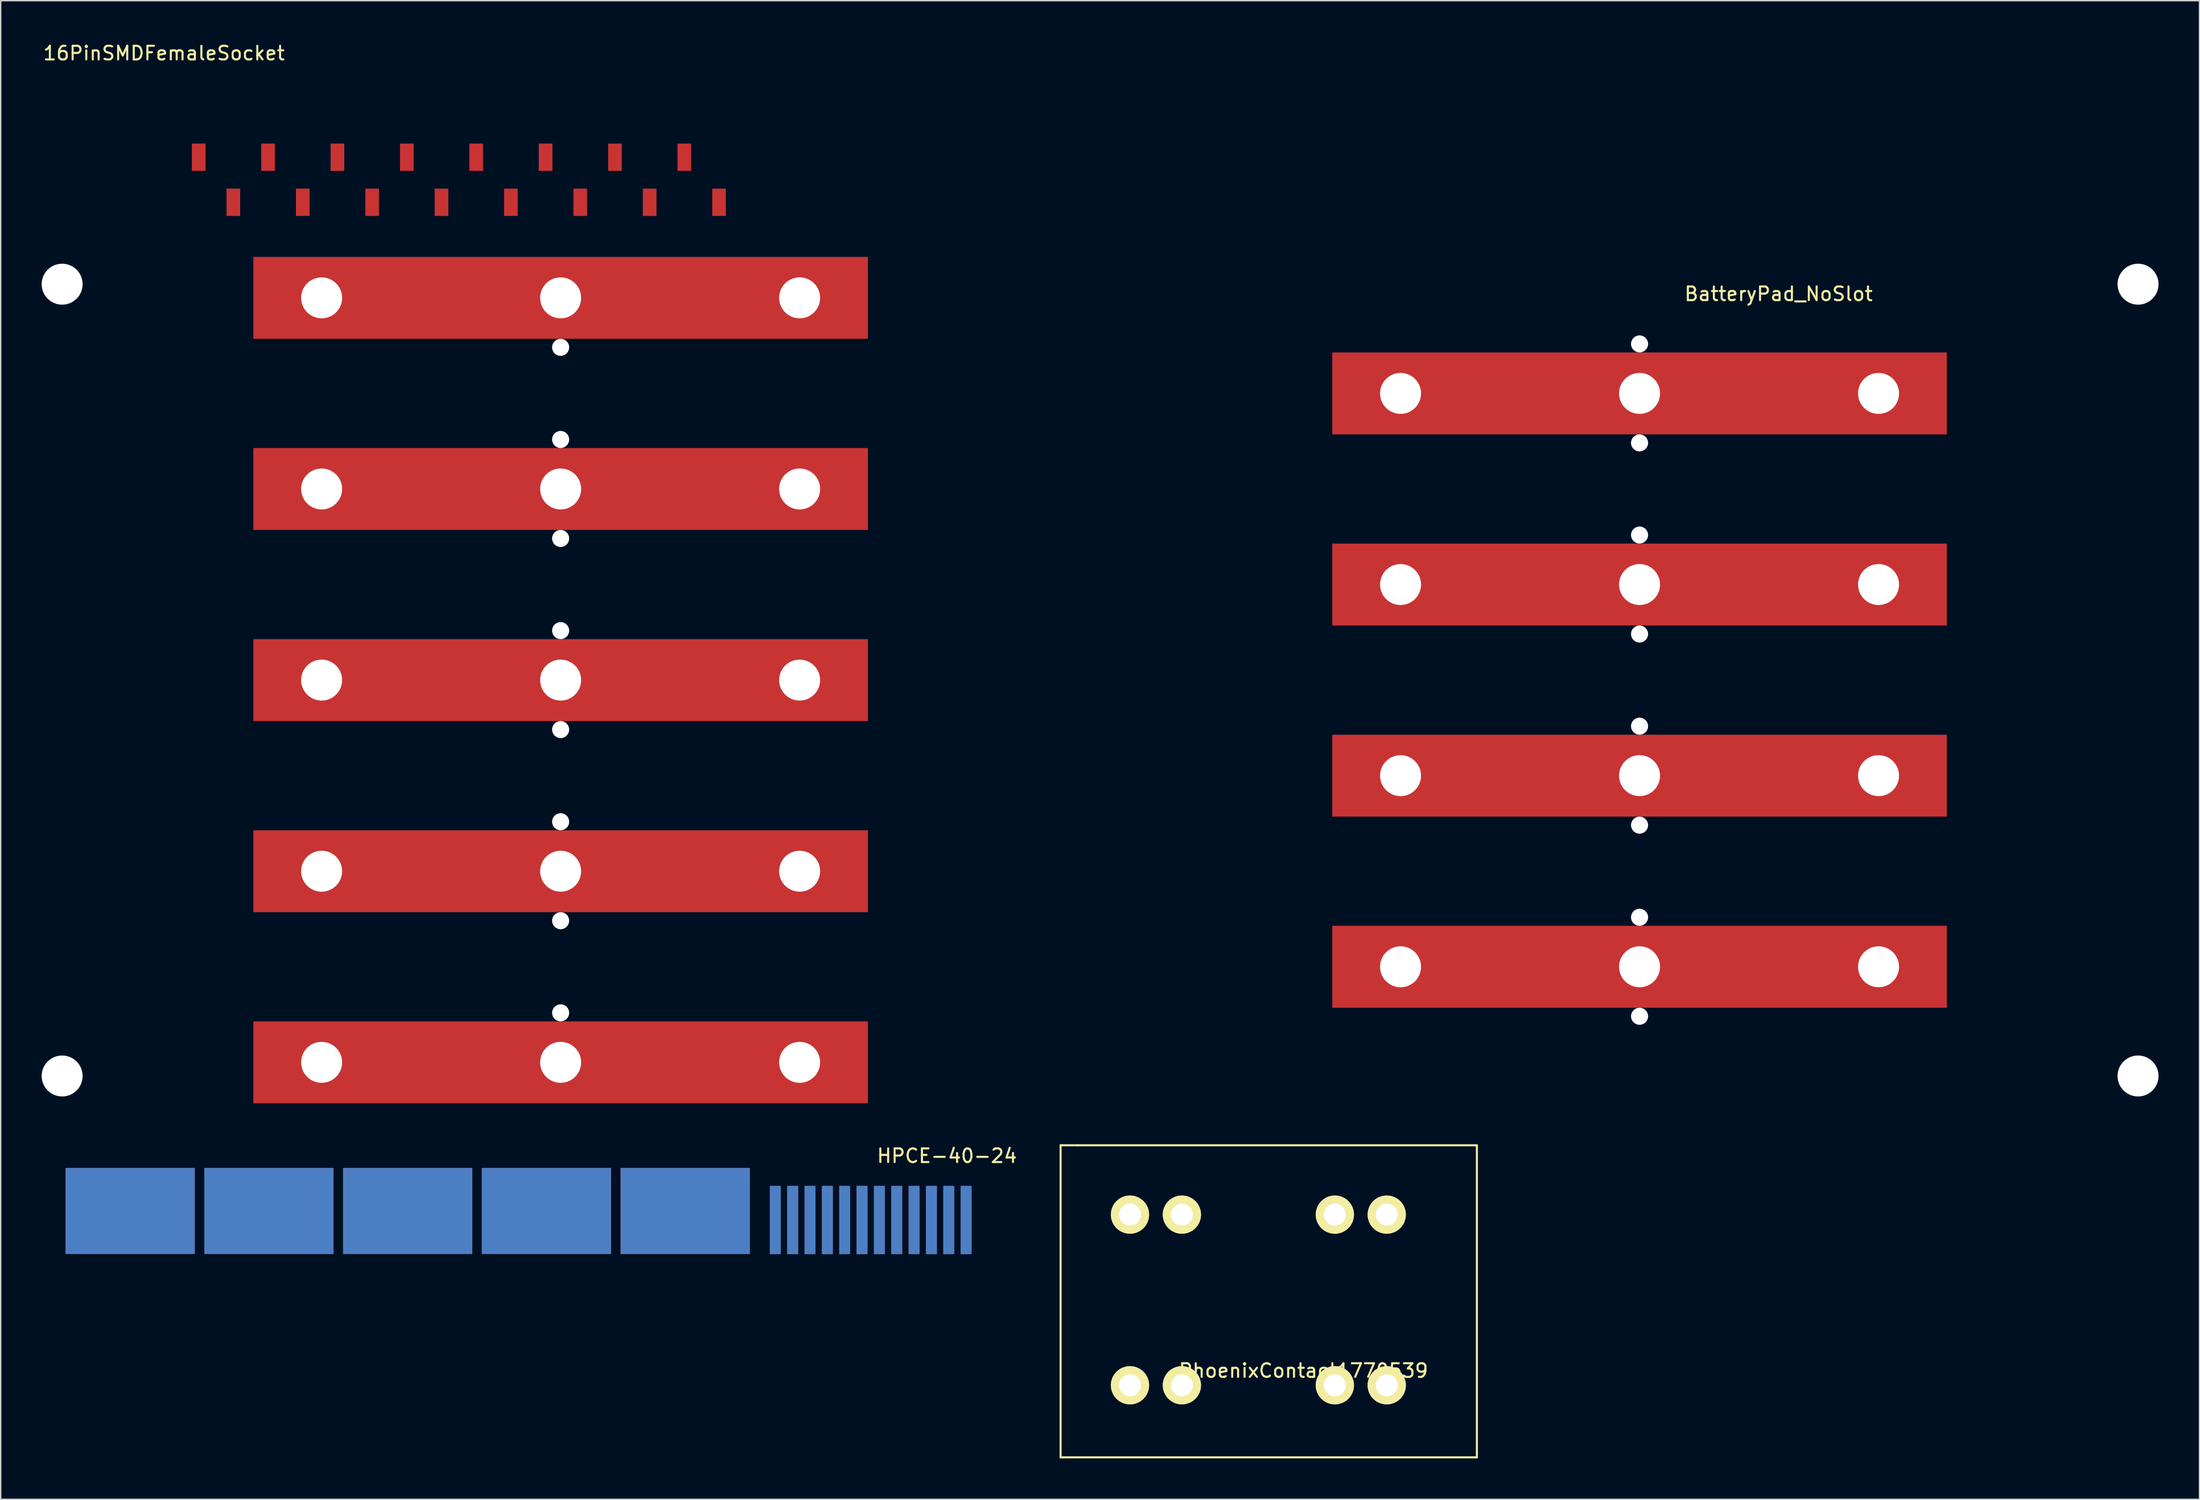
<source format=kicad_pcb>
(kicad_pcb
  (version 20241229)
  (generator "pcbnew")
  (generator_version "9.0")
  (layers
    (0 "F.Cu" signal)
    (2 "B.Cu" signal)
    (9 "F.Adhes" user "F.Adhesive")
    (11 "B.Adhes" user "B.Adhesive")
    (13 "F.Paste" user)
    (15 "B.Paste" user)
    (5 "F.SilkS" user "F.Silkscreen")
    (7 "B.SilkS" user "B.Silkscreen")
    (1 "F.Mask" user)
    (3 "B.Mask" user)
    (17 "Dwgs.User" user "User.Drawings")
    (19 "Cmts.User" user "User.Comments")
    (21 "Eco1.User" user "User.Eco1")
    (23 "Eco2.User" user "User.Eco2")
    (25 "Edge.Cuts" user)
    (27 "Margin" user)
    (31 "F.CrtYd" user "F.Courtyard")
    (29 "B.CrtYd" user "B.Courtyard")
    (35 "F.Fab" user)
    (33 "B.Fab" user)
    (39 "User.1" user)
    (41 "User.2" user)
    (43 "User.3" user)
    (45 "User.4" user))
  (footprint "PhoenixContact1770539"
    (layer "F.Cu")
    (at 79.689 85.923)
    (property "Reference" "PhoenixContact1770539" (at 12.7 11.43 0) (layer "F.SilkS") (effects (font (size 1 1) (thickness 0.15))))
    (attr through_hole)
    (fp_line (start -5.08 -5.08) (end -3.81 -5.08) (stroke (width 0.15) (type solid)) (layer "F.SilkS"))
    (fp_line (start -5.08 17.78) (end -5.08 -5.08) (stroke (width 0.15) (type solid)) (layer "F.SilkS"))
    (fp_line (start -3.81 -5.08) (end 25.4 -5.08) (stroke (width 0.15) (type solid)) (layer "F.SilkS"))
    (fp_line (start 25.4 -5.08) (end 25.4 17.78) (stroke (width 0.15) (type solid)) (layer "F.SilkS"))
    (fp_line (start 25.4 17.78) (end -5.08 17.78) (stroke (width 0.15) (type solid)) (layer "F.SilkS"))
    (pad "1" thru_hole circle (at 0 0) (size 2.8 2.8) (drill 1.6) (layers "*.Cu" "*.Mask" "F.SilkS"))
    (pad "1" thru_hole circle (at 0 12.5) (size 2.8 2.8) (drill 1.6) (layers "*.Cu" "*.Mask" "F.SilkS"))
    (pad "1" thru_hole circle (at 3.8 0) (size 2.8 2.8) (drill 1.6) (layers "*.Cu" "*.Mask" "F.SilkS"))
    (pad "1" thru_hole circle (at 3.8 12.5) (size 2.8 2.8) (drill 1.6) (layers "*.Cu" "*.Mask" "F.SilkS"))
    (pad "2" thru_hole circle (at 15 0) (size 2.8 2.8) (drill 1.6) (layers "*.Cu" "*.Mask" "F.SilkS"))
    (pad "2" thru_hole circle (at 15 12.5) (size 2.8 2.8) (drill 1.6) (layers "*.Cu" "*.Mask" "F.SilkS"))
    (pad "2" thru_hole circle (at 18.8 0) (size 2.8 2.8) (drill 1.6) (layers "*.Cu" "*.Mask" "F.SilkS"))
    (pad "2" thru_hole circle (at 18.8 12.5) (size 2.8 2.8) (drill 1.6) (layers "*.Cu" "*.Mask" "F.SilkS")))
  (footprint "16PinSMDFemaleSocket"
    (layer "F.Cu")
    (at 11.498 8.468)
    (property "Reference" "16PinSMDFemaleSocket" (at -2.54 -7.62 0) (layer "F.SilkS") (effects (font (size 1 1) (thickness 0.15))))
    (attr through_hole)
    (pad "1" smd rect (at 0 0) (size 1 2) (layers "F.Cu" "F.Mask" "F.Paste"))
    (pad "2" smd rect (at 2.54 3.3) (size 1 2) (layers "F.Cu" "F.Mask" "F.Paste"))
    (pad "3" smd rect (at 5.08 0) (size 1 2) (layers "F.Cu" "F.Mask" "F.Paste"))
    (pad "4" smd rect (at 7.62 3.3) (size 1 2) (layers "F.Cu" "F.Mask" "F.Paste"))
    (pad "5" smd rect (at 10.16 0) (size 1 2) (layers "F.Cu" "F.Mask" "F.Paste"))
    (pad "6" smd rect (at 12.7 3.3) (size 1 2) (layers "F.Cu" "F.Mask" "F.Paste"))
    (pad "7" smd rect (at 15.24 0) (size 1 2) (layers "F.Cu" "F.Mask" "F.Paste"))
    (pad "8" smd rect (at 17.78 3.3) (size 1 2) (layers "F.Cu" "F.Mask" "F.Paste"))
    (pad "9" smd rect (at 20.32 0) (size 1 2) (layers "F.Cu" "F.Mask" "F.Paste"))
    (pad "10" smd rect (at 22.86 3.3) (size 1 2) (layers "F.Cu" "F.Mask" "F.Paste"))
    (pad "11" smd rect (at 25.4 0) (size 1 2) (layers "F.Cu" "F.Mask" "F.Paste"))
    (pad "12" smd rect (at 27.94 3.3) (size 1 2) (layers "F.Cu" "F.Mask" "F.Paste"))
    (pad "13" smd rect (at 30.48 0) (size 1 2) (layers "F.Cu" "F.Mask" "F.Paste"))
    (pad "14" smd rect (at 33.02 3.3) (size 1 2) (layers "F.Cu" "F.Mask" "F.Paste"))
    (pad "15" smd rect (at 35.56 0) (size 1 2) (layers "F.Cu" "F.Mask" "F.Paste"))
    (pad "16" smd rect (at 38.1 3.3) (size 1 2) (layers "F.Cu" "F.Mask" "F.Paste")))
  (footprint "HPCE-40-24"
    (layer "F.Cu")
    (at 0.25 90.507)
    (property "Reference" "HPCE-40-24" (at 66.04 -8.89 0) (layer "F.SilkS") (effects (font (size 1 1) (thickness 0.15))))
    (attr through_hole)
    (pad "1" connect rect (at 6.23 -4.852) (size 9.46 6.3) (layers "F.Cu" "F.Mask"))
    (pad "5" connect rect (at 16.39 -4.852) (size 9.46 6.3) (layers "F.Cu" "F.Mask"))
    (pad "9" connect rect (at 26.55 -4.852) (size 9.46 6.3) (layers "F.Cu" "F.Mask"))
    (pad "13" connect rect (at 36.71 -4.852) (size 9.46 6.3) (layers "F.Cu" "F.Mask"))
    (pad "17" connect rect (at 46.87 -4.852) (size 9.46 6.3) (layers "F.Cu" "F.Mask"))
    (pad "21" connect rect (at 46.87 -4.852) (size 9.46 6.3) (layers "B.Cu" "B.Mask"))
    (pad "25" connect rect (at 36.71 -4.852) (size 9.46 6.3) (layers "B.Cu" "B.Mask"))
    (pad "29" connect rect (at 26.55 -4.852) (size 9.46 6.3) (layers "B.Cu" "B.Mask"))
    (pad "33" connect rect (at 16.39 -4.852) (size 9.46 6.3) (layers "B.Cu" "B.Mask"))
    (pad "37" connect rect (at 6.23 -4.852) (size 9.46 6.3) (layers "B.Cu" "B.Mask"))
    (pad "41" connect rect (at 53.47 -4.19) (size 0.8 5) (layers "F.Cu" "F.Mask"))
    (pad "42" connect rect (at 54.74 -4.19) (size 0.8 5) (layers "F.Cu" "F.Mask"))
    (pad "43" connect rect (at 56.01 -4.19) (size 0.8 5) (layers "F.Cu" "F.Mask"))
    (pad "44" connect rect (at 57.28 -4.19) (size 0.8 5) (layers "F.Cu" "F.Mask"))
    (pad "45" connect rect (at 58.55 -4.19) (size 0.8 5) (layers "F.Cu" "F.Mask"))
    (pad "46" connect rect (at 59.82 -4.19) (size 0.8 5) (layers "F.Cu" "F.Mask"))
    (pad "47" connect rect (at 61.09 -4.19) (size 0.8 5) (layers "F.Cu" "F.Mask"))
    (pad "48" connect rect (at 62.36 -4.19) (size 0.8 5) (layers "F.Cu" "F.Mask"))
    (pad "49" connect rect (at 63.63 -4.19) (size 0.8 5) (layers "F.Cu" "F.Mask"))
    (pad "50" connect rect (at 64.9 -4.19) (size 0.8 5) (layers "F.Cu" "F.Mask"))
    (pad "51" connect rect (at 66.17 -4.19) (size 0.8 5) (layers "F.Cu" "F.Mask"))
    (pad "52" connect rect (at 67.44 -4.19) (size 0.8 5) (layers "F.Cu" "F.Mask"))
    (pad "53" connect rect (at 67.44 -4.19) (size 0.8 5) (layers "B.Cu" "B.Mask"))
    (pad "54" connect rect (at 66.17 -4.19) (size 0.8 5) (layers "B.Cu" "B.Mask"))
    (pad "55" connect rect (at 64.9 -4.19) (size 0.8 5) (layers "B.Cu" "B.Mask"))
    (pad "56" connect rect (at 63.63 -4.19) (size 0.8 5) (layers "B.Cu" "B.Mask"))
    (pad "57" connect rect (at 62.36 -4.19) (size 0.8 5) (layers "B.Cu" "B.Mask"))
    (pad "58" connect rect (at 61.09 -4.19) (size 0.8 5) (layers "B.Cu" "B.Mask"))
    (pad "59" connect rect (at 59.82 -4.19) (size 0.8 5) (layers "B.Cu" "B.Mask"))
    (pad "60" connect rect (at 58.55 -4.19) (size 0.8 5) (layers "B.Cu" "B.Mask"))
    (pad "61" connect rect (at 57.28 -4.19) (size 0.8 5) (layers "B.Cu" "B.Mask"))
    (pad "62" connect rect (at 56.01 -4.19) (size 0.8 5) (layers "B.Cu" "B.Mask"))
    (pad "63" connect rect (at 54.74 -4.19) (size 0.8 5) (layers "B.Cu" "B.Mask"))
    (pad "64" connect rect (at 53.47 -4.19) (size 0.8 5) (layers "B.Cu" "B.Mask")))
  (footprint "BatteryPad_NoSlot"
    (layer "F.Cu")
    (at 38 60.768)
    (property "Reference" "BatteryPad_NoSlot" (at 89.18 -42.29 0) (layer "F.SilkS") (effects (font (size 1 1) (thickness 0.15))))
    (attr through_hole)
    (pad "" np_thru_hole circle (at -36.5 -43) (size 3 3) (drill 3) (layers "*.Cu"))
    (pad "" np_thru_hole circle (at -36.5 15) (size 3 3) (drill 3) (layers "*.Cu"))
    (pad "" np_thru_hole circle (at -17.5 -42) (size 3 3) (drill 3) (layers "*.Cu"))
    (pad "" np_thru_hole circle (at -17.5 -28) (size 3 3) (drill 3) (layers "*.Cu"))
    (pad "" np_thru_hole circle (at -17.5 -14) (size 3 3) (drill 3) (layers "*.Cu"))
    (pad "" np_thru_hole circle (at -17.5 0) (size 3 3) (drill 3) (layers "*.Cu"))
    (pad "" np_thru_hole circle (at -17.5 14) (size 3 3) (drill 3) (layers "*.Cu"))
    (pad "" np_thru_hole circle (at 0 -42) (size 3 3) (drill 3) (layers "*.Cu"))
    (pad "" np_thru_hole oval (at 0 -38.375) (size 1.25 1.25) (drill oval 1.25) (layers "*.Cu"))
    (pad "" np_thru_hole oval (at 0 -31.625) (size 1.25 1.25) (drill oval 1.25) (layers "*.Cu"))
    (pad "" np_thru_hole circle (at 0 -28) (size 3 3) (drill 3) (layers "*.Cu"))
    (pad "" np_thru_hole oval (at 0 -24.375) (size 1.25 1.25) (drill oval 1.25) (layers "*.Cu"))
    (pad "" np_thru_hole oval (at 0 -17.625) (size 1.25 1.25) (drill oval 1.25) (layers "*.Cu"))
    (pad "" np_thru_hole circle (at 0 -14) (size 3 3) (drill 3) (layers "*.Cu"))
    (pad "" np_thru_hole oval (at 0 -10.375) (size 1.25 1.25) (drill oval 1.25) (layers "*.Cu"))
    (pad "" np_thru_hole oval (at 0 -3.625) (size 1.25 1.25) (drill oval 1.25) (layers "*.Cu"))
    (pad "" np_thru_hole circle (at 0 0) (size 3 3) (drill 3) (layers "*.Cu"))
    (pad "" np_thru_hole oval (at 0 3.625) (size 1.25 1.25) (drill oval 1.25) (layers "*.Cu"))
    (pad "" np_thru_hole oval (at 0 10.375) (size 1.25 1.25) (drill oval 1.25) (layers "*.Cu"))
    (pad "" np_thru_hole circle (at 0 14) (size 3 3) (drill 3) (layers "*.Cu"))
    (pad "" np_thru_hole circle (at 17.5 -42) (size 3 3) (drill 3) (layers "*.Cu"))
    (pad "" np_thru_hole circle (at 17.5 -28) (size 3 3) (drill 3) (layers "*.Cu"))
    (pad "" np_thru_hole circle (at 17.5 -14) (size 3 3) (drill 3) (layers "*.Cu"))
    (pad "" np_thru_hole circle (at 17.5 0) (size 3 3) (drill 3) (layers "*.Cu"))
    (pad "" np_thru_hole circle (at 17.5 14) (size 3 3) (drill 3) (layers "*.Cu"))
    (pad "" np_thru_hole circle (at 61.5 -35) (size 3 3) (drill 3) (layers "*.Cu"))
    (pad "" np_thru_hole circle (at 61.5 -21) (size 3 3) (drill 3) (layers "*.Cu"))
    (pad "" np_thru_hole circle (at 61.5 -7) (size 3 3) (drill 3) (layers "*.Cu"))
    (pad "" np_thru_hole circle (at 61.5 7) (size 3 3) (drill 3) (layers "*.Cu"))
    (pad "" np_thru_hole oval (at 79 -38.625) (size 1.25 1.25) (drill oval 1.25) (layers "*.Cu"))
    (pad "" np_thru_hole circle (at 79 -35) (size 3 3) (drill 3) (layers "*.Cu"))
    (pad "" np_thru_hole oval (at 79 -31.375) (size 1.25 1.25) (drill oval 1.25) (layers "*.Cu"))
    (pad "" np_thru_hole oval (at 79 -24.625) (size 1.25 1.25) (drill oval 1.25) (layers "*.Cu"))
    (pad "" np_thru_hole circle (at 79 -21) (size 3 3) (drill 3) (layers "*.Cu"))
    (pad "" np_thru_hole oval (at 79 -17.375) (size 1.25 1.25) (drill oval 1.25) (layers "*.Cu"))
    (pad "" np_thru_hole oval (at 79 -10.625) (size 1.25 1.25) (drill oval 1.25) (layers "*.Cu"))
    (pad "" np_thru_hole circle (at 79 -7) (size 3 3) (drill 3) (layers "*.Cu"))
    (pad "" np_thru_hole oval (at 79 -3.375) (size 1.25 1.25) (drill oval 1.25) (layers "*.Cu"))
    (pad "" np_thru_hole oval (at 79 3.375) (size 1.25 1.25) (drill oval 1.25) (layers "*.Cu"))
    (pad "" np_thru_hole circle (at 79 7) (size 3 3) (drill 3) (layers "*.Cu"))
    (pad "" np_thru_hole oval (at 79 10.625) (size 1.25 1.25) (drill oval 1.25) (layers "*.Cu"))
    (pad "" np_thru_hole circle (at 96.5 -35) (size 3 3) (drill 3) (layers "*.Cu"))
    (pad "" np_thru_hole circle (at 96.5 -21) (size 3 3) (drill 3) (layers "*.Cu"))
    (pad "" np_thru_hole circle (at 96.5 -7) (size 3 3) (drill 3) (layers "*.Cu"))
    (pad "" np_thru_hole circle (at 96.5 7) (size 3 3) (drill 3) (layers "*.Cu"))
    (pad "" np_thru_hole circle (at 115.5 -43) (size 3 3) (drill 3) (layers "*.Cu"))
    (pad "" np_thru_hole circle (at 115.5 15) (size 3 3) (drill 3) (layers "*.Cu"))
    (pad "1" smd rect (at 0 -42) (size 45 6) (layers "F.Cu"))
    (pad "1" smd rect (at 0 -28) (size 45 6) (layers "F.Cu"))
    (pad "1" smd rect (at 0 -14) (size 45 6) (layers "F.Cu"))
    (pad "1" smd rect (at 0 0) (size 45 6) (layers "F.Cu"))
    (pad "1" smd rect (at 0 14) (size 45 6) (layers "F.Cu"))
    (pad "1" smd rect (at 79 -35) (size 45 6) (layers "F.Cu"))
    (pad "1" smd rect (at 79 -21) (size 45 6) (layers "F.Cu"))
    (pad "1" smd rect (at 79 -7) (size 45 6) (layers "F.Cu"))
    (pad "1" smd rect (at 79 7) (size 45 6) (layers "F.Cu")))
  (gr_rect
    (start -3 -3)
    (end 158 106.778)
    (stroke (width 0.1) (type default))
    (fill no)
    (layer "Edge.Cuts")))
</source>
